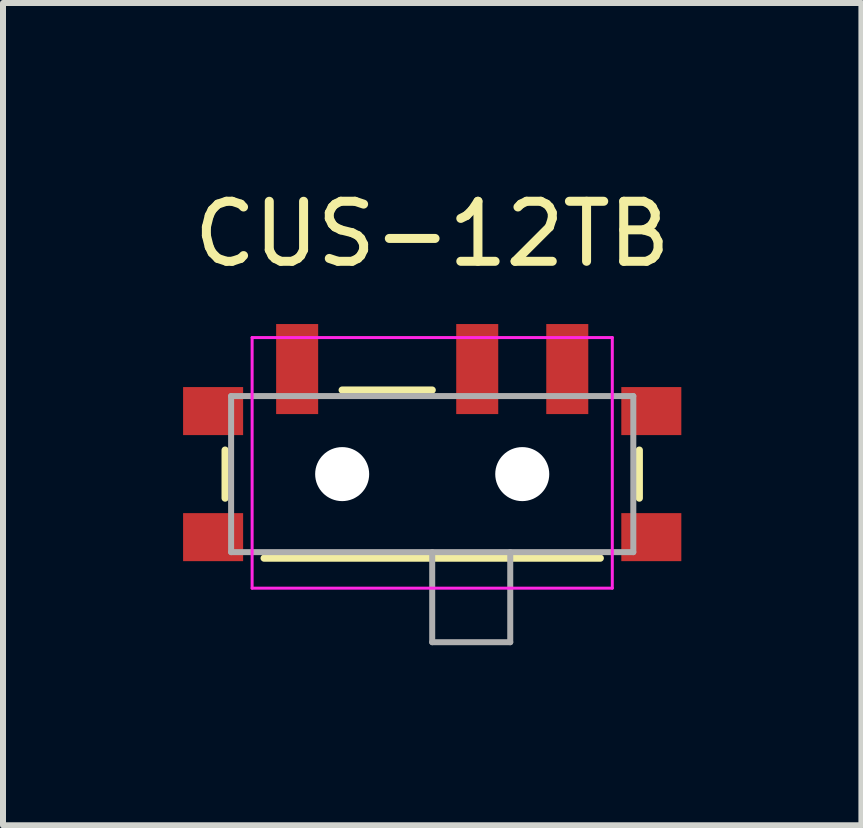
<source format=kicad_pcb>
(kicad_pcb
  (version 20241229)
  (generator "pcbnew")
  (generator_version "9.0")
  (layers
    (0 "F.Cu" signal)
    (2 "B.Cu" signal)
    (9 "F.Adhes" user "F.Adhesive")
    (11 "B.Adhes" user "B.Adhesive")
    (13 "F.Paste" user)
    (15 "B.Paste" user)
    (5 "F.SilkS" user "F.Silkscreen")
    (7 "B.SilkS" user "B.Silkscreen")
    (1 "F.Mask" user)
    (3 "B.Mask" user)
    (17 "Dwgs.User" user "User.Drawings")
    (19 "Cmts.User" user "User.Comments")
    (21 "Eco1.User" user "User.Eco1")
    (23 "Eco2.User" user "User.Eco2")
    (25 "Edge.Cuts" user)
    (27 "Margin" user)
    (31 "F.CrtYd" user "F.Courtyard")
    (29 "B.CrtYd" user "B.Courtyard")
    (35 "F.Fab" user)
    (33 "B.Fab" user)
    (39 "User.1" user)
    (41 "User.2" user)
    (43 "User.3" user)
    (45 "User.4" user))
  (footprint "CUS-12TB"
    (layer "F.Cu")
    (at 4.15 4.848)
    (property "Reference" "CUS-12TB" (at 0 -4 0) (layer "F.SilkS") (effects (font (size 1 1) (thickness 0.15))))
    (attr smd)
    (fp_line (start -3.45 0.4) (end -3.45 -0.4) (stroke (width 0.12) (type solid)) (layer "F.SilkS"))
    (fp_line (start -2.8 1.4) (end 2.8 1.4) (stroke (width 0.12) (type solid)) (layer "F.SilkS"))
    (fp_line (start -1.5 -1.4) (end 0 -1.4) (stroke (width 0.12) (type solid)) (layer "F.SilkS"))
    (fp_line (start 3.45 0.4) (end 3.45 -0.4) (stroke (width 0.12) (type solid)) (layer "F.SilkS"))
    (fp_line (start -3 -2.275) (end -3 1.9) (stroke (width 0.05) (type solid)) (layer "F.CrtYd"))
    (fp_line (start -3 -2.275) (end 3 -2.275) (stroke (width 0.05) (type solid)) (layer "F.CrtYd"))
    (fp_line (start -3 1.9) (end 3 1.9) (stroke (width 0.05) (type solid)) (layer "F.CrtYd"))
    (fp_line (start 3 -2.275) (end 3 1.9) (stroke (width 0.05) (type solid)) (layer "F.CrtYd"))
    (fp_line (start -3.35 -1.3) (end -3.35 1.3) (stroke (width 0.1) (type solid)) (layer "F.Fab"))
    (fp_line (start -3.35 -1.3) (end 3.35 -1.3) (stroke (width 0.1) (type solid)) (layer "F.Fab"))
    (fp_line (start -3.35 1.3) (end 3.35 1.3) (stroke (width 0.1) (type solid)) (layer "F.Fab"))
    (fp_line (start 0 1.3) (end 0 2.8) (stroke (width 0.1) (type solid)) (layer "F.Fab"))
    (fp_line (start 0 2.8) (end 1.3 2.8) (stroke (width 0.1) (type solid)) (layer "F.Fab"))
    (fp_line (start 1.3 1.3) (end 1.3 2.8) (stroke (width 0.1) (type solid)) (layer "F.Fab"))
    (fp_line (start 3.35 -1.3) (end 3.35 1.3) (stroke (width 0.1) (type solid)) (layer "F.Fab"))
    (pad "" np_thru_hole circle (at -1.5 0) (size 0.9 0.9) (drill 0.9) (layers "*.Cu" "*.Mask"))
    (pad "" np_thru_hole circle (at 1.5 0) (size 0.9 0.9) (drill 0.9) (layers "*.Cu" "*.Mask"))
    (pad "1" smd rect (at 2.25 -1.75) (size 0.7 1.5) (layers "F.Cu" "F.Mask" "F.Paste"))
    (pad "2" smd rect (at 0.75 -1.75) (size 0.7 1.5) (layers "F.Cu" "F.Mask" "F.Paste"))
    (pad "3" smd rect (at -2.25 -1.75) (size 0.7 1.5) (layers "F.Cu" "F.Mask" "F.Paste"))
    (pad "S" smd rect (at -3.65 -1.05) (size 1 0.8) (layers "F.Cu" "F.Mask" "F.Paste"))
    (pad "S" smd rect (at -3.65 1.05) (size 1 0.8) (layers "F.Cu" "F.Mask" "F.Paste"))
    (pad "S" smd rect (at 3.65 -1.05) (size 1 0.8) (layers "F.Cu" "F.Mask" "F.Paste"))
    (pad "S" smd rect (at 3.65 1.05) (size 1 0.8) (layers "F.Cu" "F.Mask" "F.Paste")))
  (gr_rect
    (start -3 -3)
    (end 11.3 10.698)
    (stroke (width 0.1) (type default))
    (fill no)
    (layer "Edge.Cuts")))
</source>
